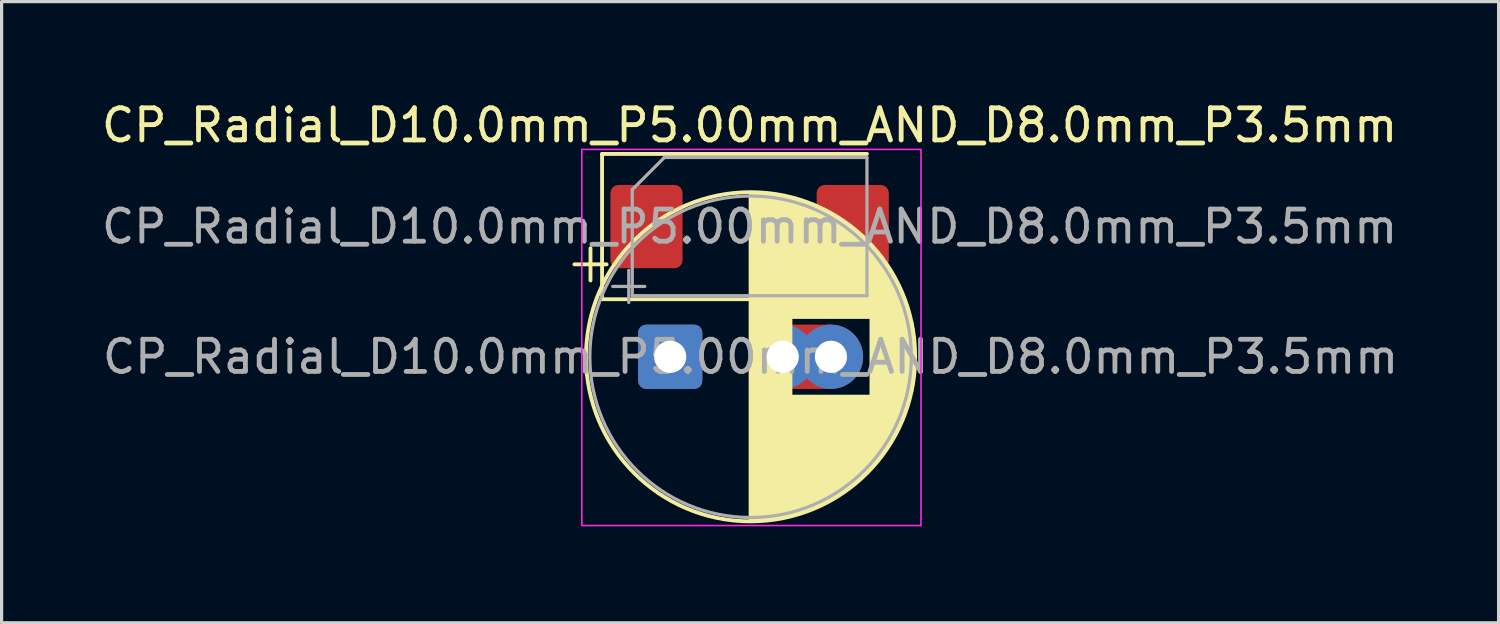
<source format=kicad_pcb>
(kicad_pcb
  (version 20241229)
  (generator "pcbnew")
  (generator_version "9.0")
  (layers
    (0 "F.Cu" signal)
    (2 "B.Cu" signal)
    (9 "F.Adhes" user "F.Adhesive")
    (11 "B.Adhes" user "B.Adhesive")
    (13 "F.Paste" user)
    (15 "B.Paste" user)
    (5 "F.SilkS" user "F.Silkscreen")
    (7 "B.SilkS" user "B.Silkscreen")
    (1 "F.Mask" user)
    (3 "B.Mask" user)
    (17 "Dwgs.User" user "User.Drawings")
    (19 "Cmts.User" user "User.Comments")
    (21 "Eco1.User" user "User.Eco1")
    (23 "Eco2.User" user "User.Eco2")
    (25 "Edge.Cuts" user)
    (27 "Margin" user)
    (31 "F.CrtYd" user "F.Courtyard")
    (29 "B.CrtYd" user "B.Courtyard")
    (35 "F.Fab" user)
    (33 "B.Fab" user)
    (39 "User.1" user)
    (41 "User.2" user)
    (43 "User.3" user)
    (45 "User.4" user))
  (footprint "CP_Radial_D10.0mm_P5.00mm_AND_D8.0mm_P3.5mm"
    (layer "F.Cu")
    (at 17.798 8.048)
    (property "Reference" "CP_Radial_D10.0mm_P5.00mm_AND_D8.0mm_P3.5mm" (at 2.47 -7.2 0) (layer "F.SilkS") (effects (font (size 1 1) (thickness 0.15))))
    (attr through_hole)
    (fp_line (start -2.98 -2.875) (end -1.98 -2.875) (stroke (width 0.12) (type solid)) (layer "F.SilkS"))
    (fp_line (start -2.48 -3.375) (end -2.48 -2.375) (stroke (width 0.12) (type solid)) (layer "F.SilkS"))
    (fp_line (start -2.12 -6.31) (end -2.12 -1.79) (stroke (width 0.12) (type solid)) (layer "F.SilkS"))
    (fp_line (start -2.12 -1.79) (end 6.12 -1.79) (stroke (width 0.12) (type solid)) (layer "F.SilkS"))
    (fp_line (start 2.5 -5.08) (end 2.5 5.08) (stroke (width 0.12) (type solid)) (layer "F.SilkS"))
    (fp_line (start 2.54 -5.08) (end 2.54 5.08) (stroke (width 0.12) (type solid)) (layer "F.SilkS"))
    (fp_line (start 2.58 -5.079) (end 2.58 5.079) (stroke (width 0.12) (type solid)) (layer "F.SilkS"))
    (fp_line (start 2.62 -5.079) (end 2.62 5.079) (stroke (width 0.12) (type solid)) (layer "F.SilkS"))
    (fp_line (start 2.66 -5.077) (end 2.66 5.077) (stroke (width 0.12) (type solid)) (layer "F.SilkS"))
    (fp_line (start 2.7 -5.076) (end 2.7 5.076) (stroke (width 0.12) (type solid)) (layer "F.SilkS"))
    (fp_line (start 2.74 -5.074) (end 2.74 5.074) (stroke (width 0.12) (type solid)) (layer "F.SilkS"))
    (fp_line (start 2.78 -5.072) (end 2.78 5.072) (stroke (width 0.12) (type solid)) (layer "F.SilkS"))
    (fp_line (start 2.82 -5.07) (end 2.82 5.07) (stroke (width 0.12) (type solid)) (layer "F.SilkS"))
    (fp_line (start 2.86 -5.067) (end 2.86 5.067) (stroke (width 0.12) (type solid)) (layer "F.SilkS"))
    (fp_line (start 2.9 -5.064) (end 2.9 5.064) (stroke (width 0.12) (type solid)) (layer "F.SilkS"))
    (fp_line (start 2.94 -5.061) (end 2.94 5.061) (stroke (width 0.12) (type solid)) (layer "F.SilkS"))
    (fp_line (start 2.98 -5.057) (end 2.98 5.057) (stroke (width 0.12) (type solid)) (layer "F.SilkS"))
    (fp_line (start 3.02 -5.054) (end 3.02 5.054) (stroke (width 0.12) (type solid)) (layer "F.SilkS"))
    (fp_line (start 3.06 -5.049) (end 3.06 5.049) (stroke (width 0.12) (type solid)) (layer "F.SilkS"))
    (fp_line (start 3.1 -5.045) (end 3.1 5.045) (stroke (width 0.12) (type solid)) (layer "F.SilkS"))
    (fp_line (start 3.14 -5.04) (end 3.14 5.04) (stroke (width 0.12) (type solid)) (layer "F.SilkS"))
    (fp_line (start 3.18 -5.035) (end 3.18 5.035) (stroke (width 0.12) (type solid)) (layer "F.SilkS"))
    (fp_line (start 3.22 -5.029) (end 3.22 5.029) (stroke (width 0.12) (type solid)) (layer "F.SilkS"))
    (fp_line (start 3.26 -5.023) (end 3.26 5.023) (stroke (width 0.12) (type solid)) (layer "F.SilkS"))
    (fp_line (start 3.3 -5.017) (end 3.3 5.017) (stroke (width 0.12) (type solid)) (layer "F.SilkS"))
    (fp_line (start 3.34 -5.011) (end 3.34 5.011) (stroke (width 0.12) (type solid)) (layer "F.SilkS"))
    (fp_line (start 3.38 -5.004) (end 3.38 5.004) (stroke (width 0.12) (type solid)) (layer "F.SilkS"))
    (fp_line (start 3.42 -4.997) (end 3.42 4.997) (stroke (width 0.12) (type solid)) (layer "F.SilkS"))
    (fp_line (start 3.46 -4.989) (end 3.46 4.989) (stroke (width 0.12) (type solid)) (layer "F.SilkS"))
    (fp_line (start 3.5 -4.981) (end 3.5 4.981) (stroke (width 0.12) (type solid)) (layer "F.SilkS"))
    (fp_line (start 3.54 -4.973) (end 3.54 4.973) (stroke (width 0.12) (type solid)) (layer "F.SilkS"))
    (fp_line (start 3.58 -4.965) (end 3.58 4.965) (stroke (width 0.12) (type solid)) (layer "F.SilkS"))
    (fp_line (start 3.62 -4.956) (end 3.62 4.956) (stroke (width 0.12) (type solid)) (layer "F.SilkS"))
    (fp_line (start 3.66 -4.947) (end 3.66 4.947) (stroke (width 0.12) (type solid)) (layer "F.SilkS"))
    (fp_line (start 3.7 -4.937) (end 3.7 4.937) (stroke (width 0.12) (type solid)) (layer "F.SilkS"))
    (fp_line (start 3.74 -4.928) (end 3.74 4.928) (stroke (width 0.12) (type solid)) (layer "F.SilkS"))
    (fp_line (start 3.78 -4.917) (end 3.78 -1.24) (stroke (width 0.12) (type solid)) (layer "F.SilkS"))
    (fp_line (start 3.78 1.24) (end 3.78 4.917) (stroke (width 0.12) (type solid)) (layer "F.SilkS"))
    (fp_line (start 3.82 -4.907) (end 3.82 -1.24) (stroke (width 0.12) (type solid)) (layer "F.SilkS"))
    (fp_line (start 3.82 1.24) (end 3.82 4.907) (stroke (width 0.12) (type solid)) (layer "F.SilkS"))
    (fp_line (start 3.86 -4.896) (end 3.86 -1.24) (stroke (width 0.12) (type solid)) (layer "F.SilkS"))
    (fp_line (start 3.86 1.24) (end 3.86 4.896) (stroke (width 0.12) (type solid)) (layer "F.SilkS"))
    (fp_line (start 3.9 -4.885) (end 3.9 -1.24) (stroke (width 0.12) (type solid)) (layer "F.SilkS"))
    (fp_line (start 3.9 1.24) (end 3.9 4.885) (stroke (width 0.12) (type solid)) (layer "F.SilkS"))
    (fp_line (start 3.94 -4.873) (end 3.94 -1.24) (stroke (width 0.12) (type solid)) (layer "F.SilkS"))
    (fp_line (start 3.94 1.24) (end 3.94 4.873) (stroke (width 0.12) (type solid)) (layer "F.SilkS"))
    (fp_line (start 3.98 -4.861) (end 3.98 -1.24) (stroke (width 0.12) (type solid)) (layer "F.SilkS"))
    (fp_line (start 3.98 1.24) (end 3.98 4.861) (stroke (width 0.12) (type solid)) (layer "F.SilkS"))
    (fp_line (start 4.02 -4.849) (end 4.02 -1.24) (stroke (width 0.12) (type solid)) (layer "F.SilkS"))
    (fp_line (start 4.02 1.24) (end 4.02 4.849) (stroke (width 0.12) (type solid)) (layer "F.SilkS"))
    (fp_line (start 4.06 -4.837) (end 4.06 -1.24) (stroke (width 0.12) (type solid)) (layer "F.SilkS"))
    (fp_line (start 4.06 1.24) (end 4.06 4.837) (stroke (width 0.12) (type solid)) (layer "F.SilkS"))
    (fp_line (start 4.1 -4.824) (end 4.1 -1.24) (stroke (width 0.12) (type solid)) (layer "F.SilkS"))
    (fp_line (start 4.1 1.24) (end 4.1 4.824) (stroke (width 0.12) (type solid)) (layer "F.SilkS"))
    (fp_line (start 4.14 -4.81) (end 4.14 -1.24) (stroke (width 0.12) (type solid)) (layer "F.SilkS"))
    (fp_line (start 4.14 1.24) (end 4.14 4.81) (stroke (width 0.12) (type solid)) (layer "F.SilkS"))
    (fp_line (start 4.18 -4.797) (end 4.18 -1.24) (stroke (width 0.12) (type solid)) (layer "F.SilkS"))
    (fp_line (start 4.18 1.24) (end 4.18 4.797) (stroke (width 0.12) (type solid)) (layer "F.SilkS"))
    (fp_line (start 4.22 -4.782) (end 4.22 -1.24) (stroke (width 0.12) (type solid)) (layer "F.SilkS"))
    (fp_line (start 4.22 1.24) (end 4.22 4.782) (stroke (width 0.12) (type solid)) (layer "F.SilkS"))
    (fp_line (start 4.26 -4.768) (end 4.26 -1.24) (stroke (width 0.12) (type solid)) (layer "F.SilkS"))
    (fp_line (start 4.26 1.24) (end 4.26 4.768) (stroke (width 0.12) (type solid)) (layer "F.SilkS"))
    (fp_line (start 4.3 -4.753) (end 4.3 -1.24) (stroke (width 0.12) (type solid)) (layer "F.SilkS"))
    (fp_line (start 4.3 1.24) (end 4.3 4.753) (stroke (width 0.12) (type solid)) (layer "F.SilkS"))
    (fp_line (start 4.34 -4.738) (end 4.34 -1.24) (stroke (width 0.12) (type solid)) (layer "F.SilkS"))
    (fp_line (start 4.34 1.24) (end 4.34 4.738) (stroke (width 0.12) (type solid)) (layer "F.SilkS"))
    (fp_line (start 4.38 -4.722) (end 4.38 -1.24) (stroke (width 0.12) (type solid)) (layer "F.SilkS"))
    (fp_line (start 4.38 1.24) (end 4.38 4.722) (stroke (width 0.12) (type solid)) (layer "F.SilkS"))
    (fp_line (start 4.42 -4.706) (end 4.42 -1.24) (stroke (width 0.12) (type solid)) (layer "F.SilkS"))
    (fp_line (start 4.42 1.24) (end 4.42 4.706) (stroke (width 0.12) (type solid)) (layer "F.SilkS"))
    (fp_line (start 4.46 -4.69) (end 4.46 -1.24) (stroke (width 0.12) (type solid)) (layer "F.SilkS"))
    (fp_line (start 4.46 1.24) (end 4.46 4.69) (stroke (width 0.12) (type solid)) (layer "F.SilkS"))
    (fp_line (start 4.5 -4.673) (end 4.5 -1.24) (stroke (width 0.12) (type solid)) (layer "F.SilkS"))
    (fp_line (start 4.5 1.24) (end 4.5 4.673) (stroke (width 0.12) (type solid)) (layer "F.SilkS"))
    (fp_line (start 4.54 -4.656) (end 4.54 -1.24) (stroke (width 0.12) (type solid)) (layer "F.SilkS"))
    (fp_line (start 4.54 1.24) (end 4.54 4.656) (stroke (width 0.12) (type solid)) (layer "F.SilkS"))
    (fp_line (start 4.58 -4.638) (end 4.58 -1.24) (stroke (width 0.12) (type solid)) (layer "F.SilkS"))
    (fp_line (start 4.58 1.24) (end 4.58 4.638) (stroke (width 0.12) (type solid)) (layer "F.SilkS"))
    (fp_line (start 4.62 -4.62) (end 4.62 -1.24) (stroke (width 0.12) (type solid)) (layer "F.SilkS"))
    (fp_line (start 4.62 1.24) (end 4.62 4.62) (stroke (width 0.12) (type solid)) (layer "F.SilkS"))
    (fp_line (start 4.66 -4.602) (end 4.66 -1.24) (stroke (width 0.12) (type solid)) (layer "F.SilkS"))
    (fp_line (start 4.66 1.24) (end 4.66 4.602) (stroke (width 0.12) (type solid)) (layer "F.SilkS"))
    (fp_line (start 4.7 -4.583) (end 4.7 -1.24) (stroke (width 0.12) (type solid)) (layer "F.SilkS"))
    (fp_line (start 4.7 1.24) (end 4.7 4.583) (stroke (width 0.12) (type solid)) (layer "F.SilkS"))
    (fp_line (start 4.74 -4.564) (end 4.74 -1.24) (stroke (width 0.12) (type solid)) (layer "F.SilkS"))
    (fp_line (start 4.74 1.24) (end 4.74 4.564) (stroke (width 0.12) (type solid)) (layer "F.SilkS"))
    (fp_line (start 4.78 -4.544) (end 4.78 -1.24) (stroke (width 0.12) (type solid)) (layer "F.SilkS"))
    (fp_line (start 4.78 1.24) (end 4.78 4.544) (stroke (width 0.12) (type solid)) (layer "F.SilkS"))
    (fp_line (start 4.82 -4.524) (end 4.82 -1.24) (stroke (width 0.12) (type solid)) (layer "F.SilkS"))
    (fp_line (start 4.82 1.24) (end 4.82 4.524) (stroke (width 0.12) (type solid)) (layer "F.SilkS"))
    (fp_line (start 4.86 -4.504) (end 4.86 -1.24) (stroke (width 0.12) (type solid)) (layer "F.SilkS"))
    (fp_line (start 4.86 1.24) (end 4.86 4.504) (stroke (width 0.12) (type solid)) (layer "F.SilkS"))
    (fp_line (start 4.9 -4.483) (end 4.9 -1.24) (stroke (width 0.12) (type solid)) (layer "F.SilkS"))
    (fp_line (start 4.9 1.24) (end 4.9 4.483) (stroke (width 0.12) (type solid)) (layer "F.SilkS"))
    (fp_line (start 4.94 -4.461) (end 4.94 -1.24) (stroke (width 0.12) (type solid)) (layer "F.SilkS"))
    (fp_line (start 4.94 1.24) (end 4.94 4.461) (stroke (width 0.12) (type solid)) (layer "F.SilkS"))
    (fp_line (start 4.98 -4.439) (end 4.98 -1.24) (stroke (width 0.12) (type solid)) (layer "F.SilkS"))
    (fp_line (start 4.98 1.24) (end 4.98 4.439) (stroke (width 0.12) (type solid)) (layer "F.SilkS"))
    (fp_line (start 5.02 -4.417) (end 5.02 -1.24) (stroke (width 0.12) (type solid)) (layer "F.SilkS"))
    (fp_line (start 5.02 1.24) (end 5.02 4.417) (stroke (width 0.12) (type solid)) (layer "F.SilkS"))
    (fp_line (start 5.06 -4.394) (end 5.06 -1.24) (stroke (width 0.12) (type solid)) (layer "F.SilkS"))
    (fp_line (start 5.06 1.24) (end 5.06 4.394) (stroke (width 0.12) (type solid)) (layer "F.SilkS"))
    (fp_line (start 5.1 -4.371) (end 5.1 -1.24) (stroke (width 0.12) (type solid)) (layer "F.SilkS"))
    (fp_line (start 5.1 1.24) (end 5.1 4.371) (stroke (width 0.12) (type solid)) (layer "F.SilkS"))
    (fp_line (start 5.14 -4.347) (end 5.14 -1.24) (stroke (width 0.12) (type solid)) (layer "F.SilkS"))
    (fp_line (start 5.14 1.24) (end 5.14 4.347) (stroke (width 0.12) (type solid)) (layer "F.SilkS"))
    (fp_line (start 5.18 -4.323) (end 5.18 -1.24) (stroke (width 0.12) (type solid)) (layer "F.SilkS"))
    (fp_line (start 5.18 1.24) (end 5.18 4.323) (stroke (width 0.12) (type solid)) (layer "F.SilkS"))
    (fp_line (start 5.22 -4.298) (end 5.22 -1.24) (stroke (width 0.12) (type solid)) (layer "F.SilkS"))
    (fp_line (start 5.22 1.24) (end 5.22 4.298) (stroke (width 0.12) (type solid)) (layer "F.SilkS"))
    (fp_line (start 5.26 -4.272) (end 5.26 -1.24) (stroke (width 0.12) (type solid)) (layer "F.SilkS"))
    (fp_line (start 5.26 1.24) (end 5.26 4.272) (stroke (width 0.12) (type solid)) (layer "F.SilkS"))
    (fp_line (start 5.3 -4.247) (end 5.3 -1.24) (stroke (width 0.12) (type solid)) (layer "F.SilkS"))
    (fp_line (start 5.3 1.24) (end 5.3 4.247) (stroke (width 0.12) (type solid)) (layer "F.SilkS"))
    (fp_line (start 5.34 -4.22) (end 5.34 -1.24) (stroke (width 0.12) (type solid)) (layer "F.SilkS"))
    (fp_line (start 5.34 1.24) (end 5.34 4.22) (stroke (width 0.12) (type solid)) (layer "F.SilkS"))
    (fp_line (start 5.38 -4.193) (end 5.38 -1.24) (stroke (width 0.12) (type solid)) (layer "F.SilkS"))
    (fp_line (start 5.38 1.24) (end 5.38 4.193) (stroke (width 0.12) (type solid)) (layer "F.SilkS"))
    (fp_line (start 5.42 -4.166) (end 5.42 -1.24) (stroke (width 0.12) (type solid)) (layer "F.SilkS"))
    (fp_line (start 5.42 1.24) (end 5.42 4.166) (stroke (width 0.12) (type solid)) (layer "F.SilkS"))
    (fp_line (start 5.46 -4.138) (end 5.46 -1.24) (stroke (width 0.12) (type solid)) (layer "F.SilkS"))
    (fp_line (start 5.46 1.24) (end 5.46 4.138) (stroke (width 0.12) (type solid)) (layer "F.SilkS"))
    (fp_line (start 5.5 -4.109) (end 5.5 -1.24) (stroke (width 0.12) (type solid)) (layer "F.SilkS"))
    (fp_line (start 5.5 1.24) (end 5.5 4.109) (stroke (width 0.12) (type solid)) (layer "F.SilkS"))
    (fp_line (start 5.54 -4.08) (end 5.54 -1.24) (stroke (width 0.12) (type solid)) (layer "F.SilkS"))
    (fp_line (start 5.54 1.24) (end 5.54 4.08) (stroke (width 0.12) (type solid)) (layer "F.SilkS"))
    (fp_line (start 5.58 -4.05) (end 5.58 -1.24) (stroke (width 0.12) (type solid)) (layer "F.SilkS"))
    (fp_line (start 5.58 1.24) (end 5.58 4.05) (stroke (width 0.12) (type solid)) (layer "F.SilkS"))
    (fp_line (start 5.62 -4.02) (end 5.62 -1.24) (stroke (width 0.12) (type solid)) (layer "F.SilkS"))
    (fp_line (start 5.62 1.24) (end 5.62 4.02) (stroke (width 0.12) (type solid)) (layer "F.SilkS"))
    (fp_line (start 5.66 -3.988) (end 5.66 -1.24) (stroke (width 0.12) (type solid)) (layer "F.SilkS"))
    (fp_line (start 5.66 1.24) (end 5.66 3.988) (stroke (width 0.12) (type solid)) (layer "F.SilkS"))
    (fp_line (start 5.7 -3.957) (end 5.7 -1.24) (stroke (width 0.12) (type solid)) (layer "F.SilkS"))
    (fp_line (start 5.7 1.24) (end 5.7 3.957) (stroke (width 0.12) (type solid)) (layer "F.SilkS"))
    (fp_line (start 5.74 -3.924) (end 5.74 -1.24) (stroke (width 0.12) (type solid)) (layer "F.SilkS"))
    (fp_line (start 5.74 1.24) (end 5.74 3.924) (stroke (width 0.12) (type solid)) (layer "F.SilkS"))
    (fp_line (start 5.78 -3.891) (end 5.78 -1.24) (stroke (width 0.12) (type solid)) (layer "F.SilkS"))
    (fp_line (start 5.78 1.24) (end 5.78 3.891) (stroke (width 0.12) (type solid)) (layer "F.SilkS"))
    (fp_line (start 5.82 -3.858) (end 5.82 -1.24) (stroke (width 0.12) (type solid)) (layer "F.SilkS"))
    (fp_line (start 5.82 1.24) (end 5.82 3.858) (stroke (width 0.12) (type solid)) (layer "F.SilkS"))
    (fp_line (start 5.86 -3.823) (end 5.86 -1.24) (stroke (width 0.12) (type solid)) (layer "F.SilkS"))
    (fp_line (start 5.86 1.24) (end 5.86 3.823) (stroke (width 0.12) (type solid)) (layer "F.SilkS"))
    (fp_line (start 5.9 -3.788) (end 5.9 -1.24) (stroke (width 0.12) (type solid)) (layer "F.SilkS"))
    (fp_line (start 5.9 1.24) (end 5.9 3.788) (stroke (width 0.12) (type solid)) (layer "F.SilkS"))
    (fp_line (start 5.94 -3.752) (end 5.94 -1.24) (stroke (width 0.12) (type solid)) (layer "F.SilkS"))
    (fp_line (start 5.94 1.24) (end 5.94 3.752) (stroke (width 0.12) (type solid)) (layer "F.SilkS"))
    (fp_line (start 5.98 -3.716) (end 5.98 -1.24) (stroke (width 0.12) (type solid)) (layer "F.SilkS"))
    (fp_line (start 5.98 1.24) (end 5.98 3.716) (stroke (width 0.12) (type solid)) (layer "F.SilkS"))
    (fp_line (start 6.02 -3.678) (end 6.02 -1.24) (stroke (width 0.12) (type solid)) (layer "F.SilkS"))
    (fp_line (start 6.02 1.24) (end 6.02 3.678) (stroke (width 0.12) (type solid)) (layer "F.SilkS"))
    (fp_line (start 6.06 -3.64) (end 6.06 -1.24) (stroke (width 0.12) (type solid)) (layer "F.SilkS"))
    (fp_line (start 6.06 1.24) (end 6.06 3.64) (stroke (width 0.12) (type solid)) (layer "F.SilkS"))
    (fp_line (start 6.1 -3.601) (end 6.1 -1.24) (stroke (width 0.12) (type solid)) (layer "F.SilkS"))
    (fp_line (start 6.1 1.24) (end 6.1 3.601) (stroke (width 0.12) (type solid)) (layer "F.SilkS"))
    (fp_line (start 6.12 -6.31) (end -2.12 -6.31) (stroke (width 0.12) (type solid)) (layer "F.SilkS"))
    (fp_line (start 6.14 -3.561) (end 6.14 -1.24) (stroke (width 0.12) (type solid)) (layer "F.SilkS"))
    (fp_line (start 6.14 1.24) (end 6.14 3.561) (stroke (width 0.12) (type solid)) (layer "F.SilkS"))
    (fp_line (start 6.18 -3.52) (end 6.18 -1.24) (stroke (width 0.12) (type solid)) (layer "F.SilkS"))
    (fp_line (start 6.18 1.24) (end 6.18 3.52) (stroke (width 0.12) (type solid)) (layer "F.SilkS"))
    (fp_line (start 6.22 -3.478) (end 6.22 -1.24) (stroke (width 0.12) (type solid)) (layer "F.SilkS"))
    (fp_line (start 6.22 1.24) (end 6.22 3.478) (stroke (width 0.12) (type solid)) (layer "F.SilkS"))
    (fp_line (start 6.26 -3.435) (end 6.26 3.435) (stroke (width 0.12) (type solid)) (layer "F.SilkS"))
    (fp_line (start 6.3 -3.391) (end 6.3 3.391) (stroke (width 0.12) (type solid)) (layer "F.SilkS"))
    (fp_line (start 6.34 -3.347) (end 6.34 3.347) (stroke (width 0.12) (type solid)) (layer "F.SilkS"))
    (fp_line (start 6.38 -3.301) (end 6.38 3.301) (stroke (width 0.12) (type solid)) (layer "F.SilkS"))
    (fp_line (start 6.42 -3.254) (end 6.42 3.254) (stroke (width 0.12) (type solid)) (layer "F.SilkS"))
    (fp_line (start 6.46 -3.205) (end 6.46 3.205) (stroke (width 0.12) (type solid)) (layer "F.SilkS"))
    (fp_line (start 6.5 -3.156) (end 6.5 3.156) (stroke (width 0.12) (type solid)) (layer "F.SilkS"))
    (fp_line (start 6.54 -3.105) (end 6.54 3.105) (stroke (width 0.12) (type solid)) (layer "F.SilkS"))
    (fp_line (start 6.58 -3.053) (end 6.58 3.053) (stroke (width 0.12) (type solid)) (layer "F.SilkS"))
    (fp_line (start 6.62 -3) (end 6.62 3) (stroke (width 0.12) (type solid)) (layer "F.SilkS"))
    (fp_line (start 6.66 -2.945) (end 6.66 2.945) (stroke (width 0.12) (type solid)) (layer "F.SilkS"))
    (fp_line (start 6.7 -2.888) (end 6.7 2.888) (stroke (width 0.12) (type solid)) (layer "F.SilkS"))
    (fp_line (start 6.74 -2.83) (end 6.74 2.83) (stroke (width 0.12) (type solid)) (layer "F.SilkS"))
    (fp_line (start 6.78 -2.77) (end 6.78 2.77) (stroke (width 0.12) (type solid)) (layer "F.SilkS"))
    (fp_line (start 6.82 -2.708) (end 6.82 2.708) (stroke (width 0.12) (type solid)) (layer "F.SilkS"))
    (fp_line (start 6.86 -2.644) (end 6.86 2.644) (stroke (width 0.12) (type solid)) (layer "F.SilkS"))
    (fp_line (start 6.9 -2.578) (end 6.9 2.578) (stroke (width 0.12) (type solid)) (layer "F.SilkS"))
    (fp_line (start 6.94 -2.51) (end 6.94 2.51) (stroke (width 0.12) (type solid)) (layer "F.SilkS"))
    (fp_line (start 6.98 -2.439) (end 6.98 2.439) (stroke (width 0.12) (type solid)) (layer "F.SilkS"))
    (fp_line (start 7.02 -2.365) (end 7.02 2.365) (stroke (width 0.12) (type solid)) (layer "F.SilkS"))
    (fp_line (start 7.06 -2.288) (end 7.06 2.288) (stroke (width 0.12) (type solid)) (layer "F.SilkS"))
    (fp_line (start 7.1 -2.208) (end 7.1 2.208) (stroke (width 0.12) (type solid)) (layer "F.SilkS"))
    (fp_line (start 7.14 -2.124) (end 7.14 2.124) (stroke (width 0.12) (type solid)) (layer "F.SilkS"))
    (fp_line (start 7.18 -2.037) (end 7.18 2.037) (stroke (width 0.12) (type solid)) (layer "F.SilkS"))
    (fp_line (start 7.22 -1.944) (end 7.22 1.944) (stroke (width 0.12) (type solid)) (layer "F.SilkS"))
    (fp_line (start 7.26 -1.846) (end 7.26 1.846) (stroke (width 0.12) (type solid)) (layer "F.SilkS"))
    (fp_line (start 7.3 -1.742) (end 7.3 1.742) (stroke (width 0.12) (type solid)) (layer "F.SilkS"))
    (fp_line (start 7.34 -1.63) (end 7.34 1.63) (stroke (width 0.12) (type solid)) (layer "F.SilkS"))
    (fp_line (start 7.38 -1.509) (end 7.38 1.509) (stroke (width 0.12) (type solid)) (layer "F.SilkS"))
    (fp_line (start 7.42 -1.377) (end 7.42 1.377) (stroke (width 0.12) (type solid)) (layer "F.SilkS"))
    (fp_line (start 7.46 -1.23) (end 7.46 1.23) (stroke (width 0.12) (type solid)) (layer "F.SilkS"))
    (fp_line (start 7.5 -1.062) (end 7.5 1.062) (stroke (width 0.12) (type solid)) (layer "F.SilkS"))
    (fp_line (start 7.54 -0.862) (end 7.54 0.862) (stroke (width 0.12) (type solid)) (layer "F.SilkS"))
    (fp_line (start 7.58 -0.599) (end 7.58 0.599) (stroke (width 0.12) (type solid)) (layer "F.SilkS"))
    (fp_circle (center 2.5 0) (end 7.62 0) (stroke (width 0.12) (type solid)) (fill no) (layer "F.SilkS"))
    (fp_rect (start -2.75 -6.45) (end 7.8 5.25) (stroke (width 0.05) (type solid)) (fill no) (layer "F.CrtYd"))
    (fp_line (start -1.789 -2.188) (end -0.789 -2.188) (stroke (width 0.1) (type solid)) (layer "F.Fab"))
    (fp_line (start -1.289 -2.688) (end -1.289 -1.688) (stroke (width 0.1) (type solid)) (layer "F.Fab"))
    (fp_line (start -1.18 -5.2) (end -1.18 -1.9) (stroke (width 0.1) (type solid)) (layer "F.Fab"))
    (fp_line (start -1.18 -1.9) (end 6.12 -1.9) (stroke (width 0.1) (type solid)) (layer "F.Fab"))
    (fp_line (start -0.18 -6.2) (end -1.18 -5.2) (stroke (width 0.1) (type solid)) (layer "F.Fab"))
    (fp_line (start 6.12 -6.2) (end -0.18 -6.2) (stroke (width 0.1) (type solid)) (layer "F.Fab"))
    (fp_line (start 6.12 -1.9) (end 6.12 -6.2) (stroke (width 0.1) (type solid)) (layer "F.Fab"))
    (fp_circle (center 2.5 0) (end 7.5 0) (stroke (width 0.1) (type solid)) (fill no) (layer "F.Fab"))
    (fp_text user "${REFERENCE}" (at 2.47 -4.05 0) (layer "F.Fab") (effects (font (size 1 1) (thickness 0.15))))
    (fp_text user "${REFERENCE}" (at 2.5 0 0) (layer "F.Fab") (effects (font (size 1 1) (thickness 0.15))))
    (pad "1" smd roundrect (at -0.738 -4.05) (size 2.245 2.59) (layers "F.Cu" "F.Mask" "F.Paste") (roundrect_rratio 0.111))
    (pad "1" thru_hole roundrect (at 0 0) (size 2 2) (drill 1) (layers "*.Cu" "*.Mask") (roundrect_rratio 0.125))
    (pad "2" thru_hole circle (at 3.5 0) (size 2 2) (drill 1) (layers "*.Cu" "*.Mask"))
    (pad "2" smd rect (at 4.25 0) (size 1.5 2) (layers "F.Cu" "F.Mask" "F.Paste"))
    (pad "2" thru_hole circle (at 5 0) (size 2 2) (drill 1) (layers "*.Cu" "*.Mask"))
    (pad "2" smd roundrect (at 5.678 -4.05) (size 2.245 2.59) (layers "F.Cu" "F.Mask" "F.Paste") (roundrect_rratio 0.111)))
  (gr_rect
    (start -3 -3)
    (end 43.566 16.323)
    (stroke (width 0.1) (type default))
    (fill no)
    (layer "Edge.Cuts")))
</source>
